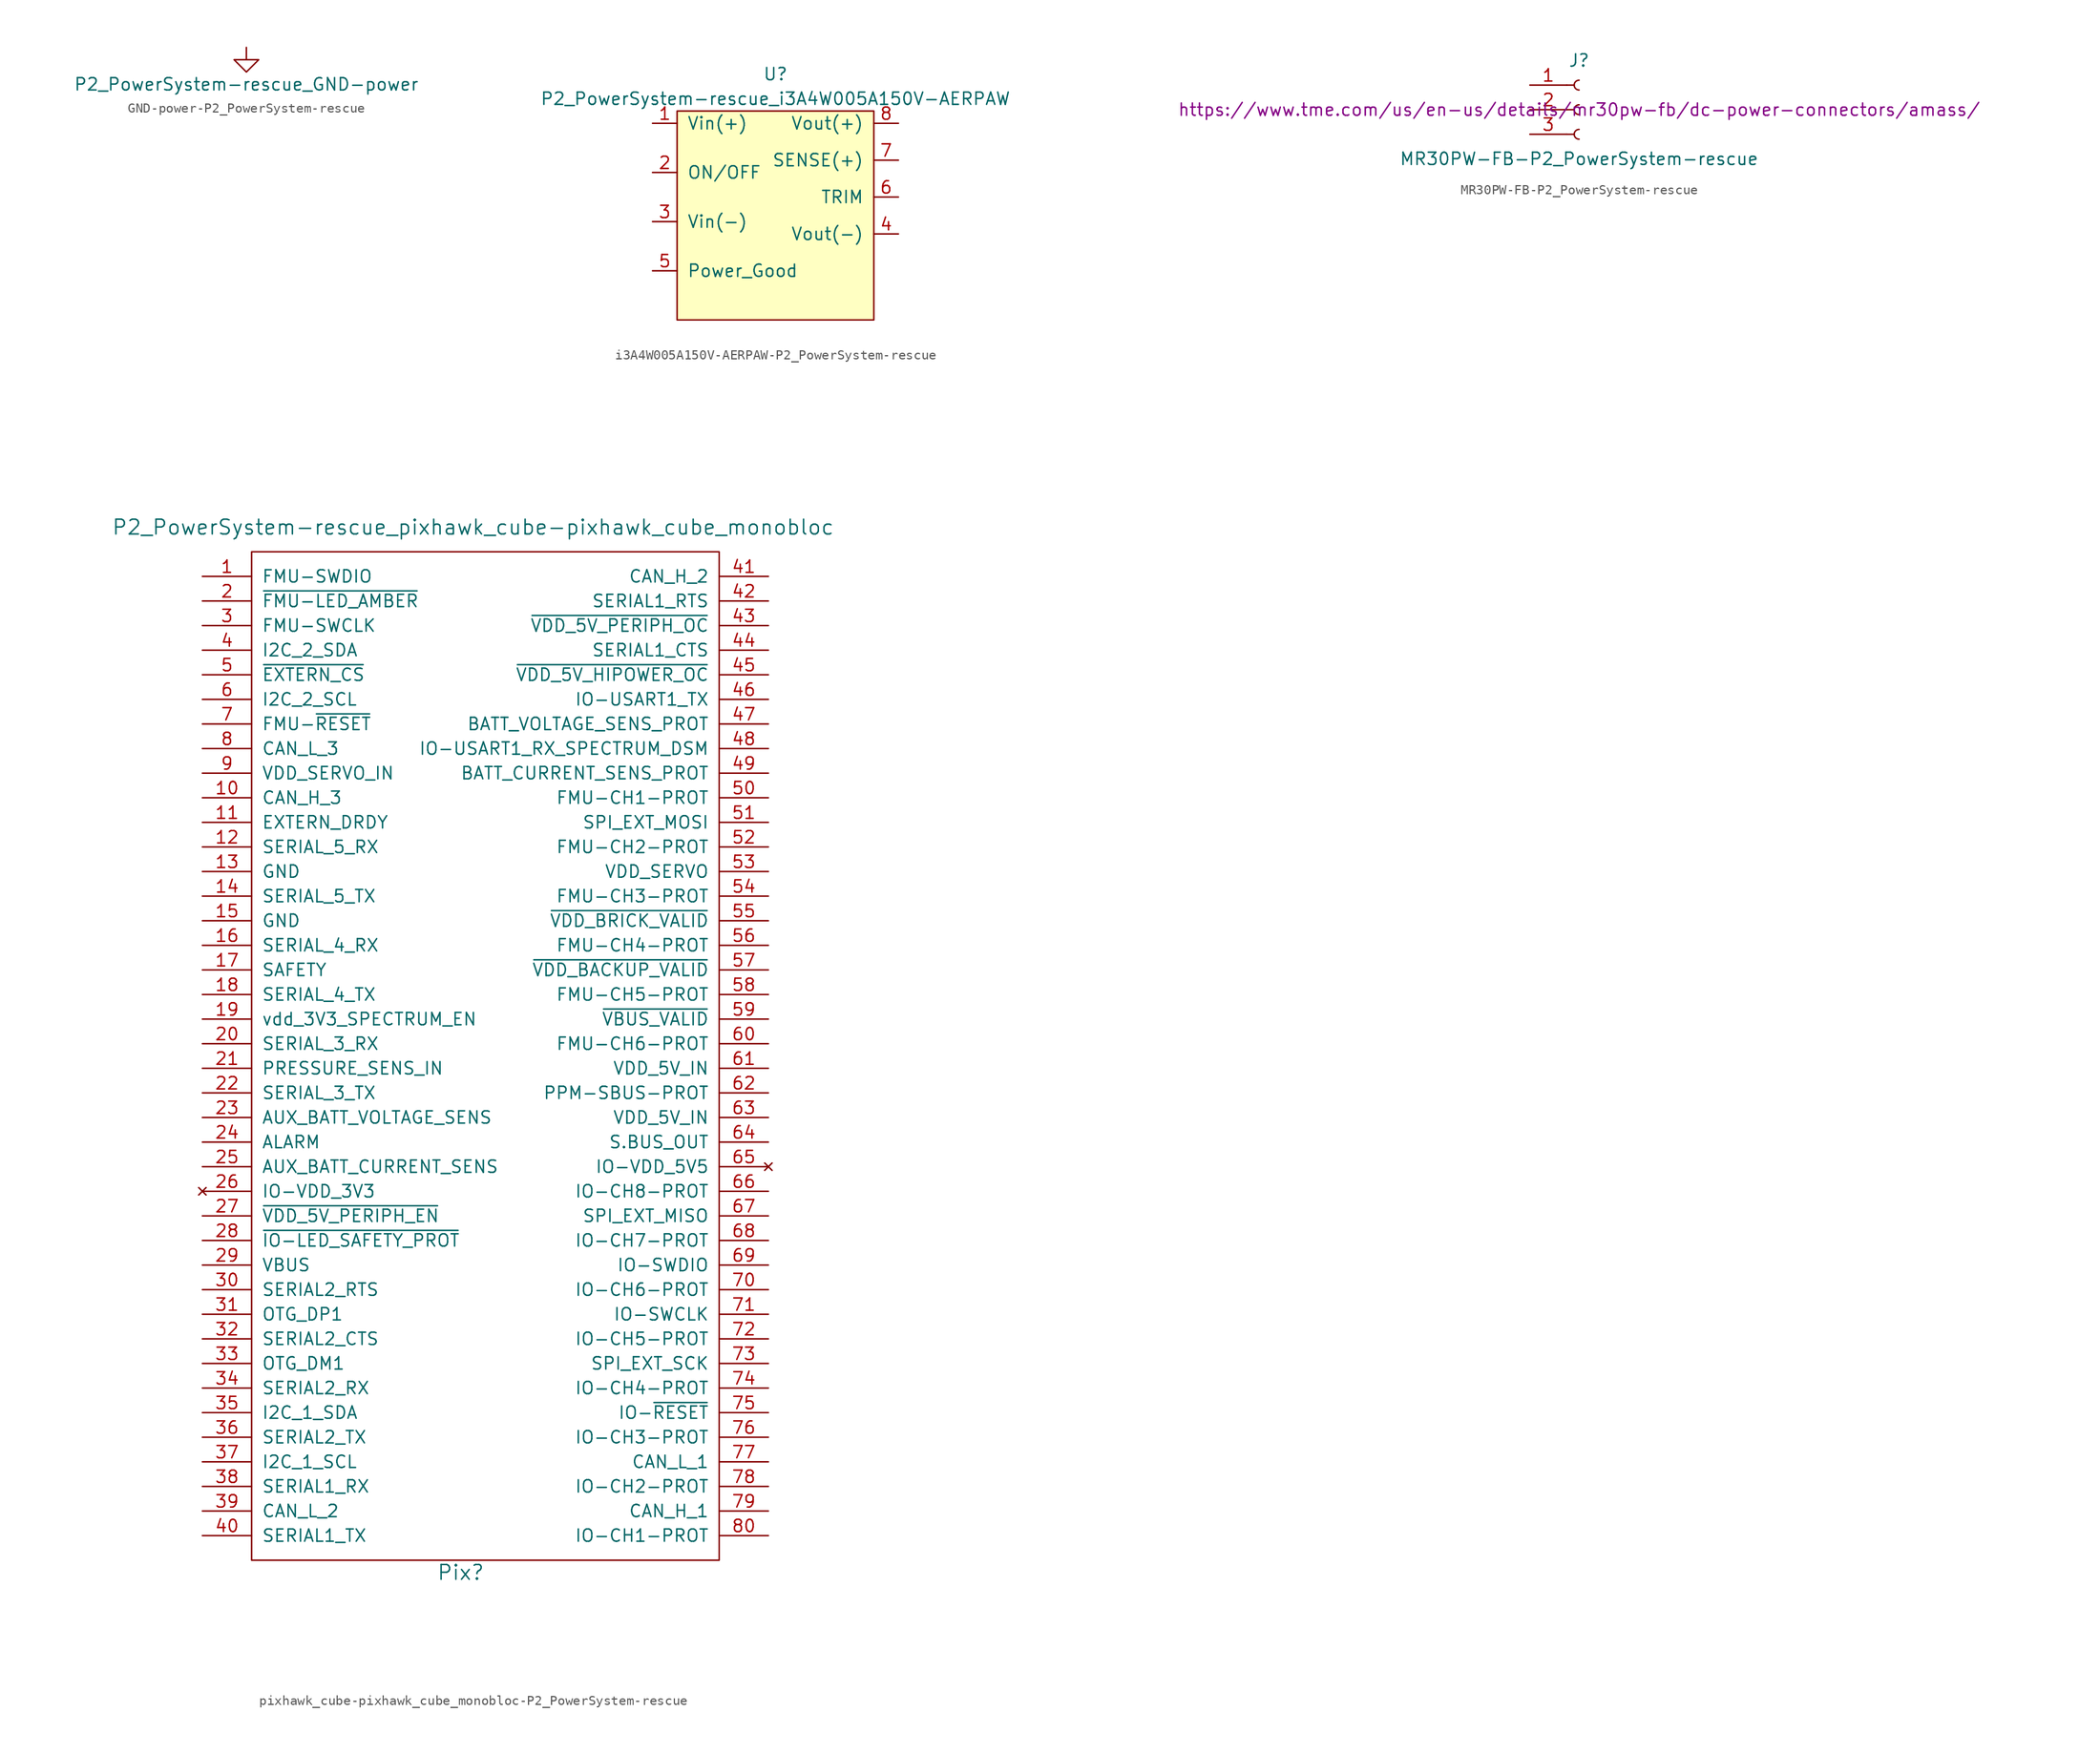
<source format=kicad_sym>
(kicad_symbol_lib
  (version 20231120)
  (generator "kicad_symbol_editor")
  (generator_version "8.0")
  (symbol "GND-power-P2_PowerSystem-rescue"
    (power)
    (pin_names
      (offset 0))
    (property "Reference" "#PWR"
      (at 0 -6.35 0)
      (effects (font (size 1.27 1.27)) (hide yes)))
    (property "Value" "P2_PowerSystem-rescue_GND-power"
      (at 0 -3.81 0)
      (effects (font (size 1.27 1.27))))
    (symbol "GND-power-P2_PowerSystem-rescue_0_1"
      (polyline (pts (xy 0 0) (xy 0 -1.27) (xy 1.27 -1.27) (xy 0 -2.54) (xy -1.27 -1.27) (xy 0 -1.27)) (stroke (width 0) (type solid)) (fill (type none))))
    (symbol "GND-power-P2_PowerSystem-rescue_1_1"
      (pin power_in line (at 0 0 270) (length 0) hide (name "GND" (effects (font (size 1.27 1.27)))) (number "1" (effects (font (size 1.27 1.27)))))))
  (symbol "i3A4W005A150V-AERPAW-P2_PowerSystem-rescue"
    (pin_names
      (offset 1.016))
    (property "Reference" "U"
      (at 0 13.97 0)
      (effects (font (size 1.27 1.27))))
    (property "Value" "P2_PowerSystem-rescue_i3A4W005A150V-AERPAW"
      (at 0 11.43 0)
      (effects (font (size 1.27 1.27))))
    (symbol "i3A4W005A150V-AERPAW-P2_PowerSystem-rescue_0_1"
      (rectangle (start 10.16 -11.43) (end -10.16 10.16) (stroke (width 0) (type solid)) (fill (type background))))
    (symbol "i3A4W005A150V-AERPAW-P2_PowerSystem-rescue_1_1"
      (pin input line (at -12.7 8.89 0) (length 2.54) (name "Vin(+)" (effects (font (size 1.27 1.27)))) (number "1" (effects (font (size 1.27 1.27)))))
      (pin input line (at -12.7 3.81 0) (length 2.54) (name "ON/OFF" (effects (font (size 1.27 1.27)))) (number "2" (effects (font (size 1.27 1.27)))))
      (pin input line (at -12.7 -1.27 0) (length 2.54) (name "Vin(-)" (effects (font (size 1.27 1.27)))) (number "3" (effects (font (size 1.27 1.27)))))
      (pin output line (at 12.7 -2.54 180) (length 2.54) (name "Vout(-)" (effects (font (size 1.27 1.27)))) (number "4" (effects (font (size 1.27 1.27)))))
      (pin output line (at -12.7 -6.35 0) (length 2.54) (name "Power_Good" (effects (font (size 1.27 1.27)))) (number "5" (effects (font (size 1.27 1.27)))))
      (pin input line (at 12.7 1.27 180) (length 2.54) (name "TRIM" (effects (font (size 1.27 1.27)))) (number "6" (effects (font (size 1.27 1.27)))))
      (pin input line (at 12.7 5.08 180) (length 2.54) (name "SENSE(+)" (effects (font (size 1.27 1.27)))) (number "7" (effects (font (size 1.27 1.27)))))
      (pin output line (at 12.7 8.89 180) (length 2.54) (name "Vout(+)" (effects (font (size 1.27 1.27)))) (number "8" (effects (font (size 1.27 1.27)))))))
  (symbol "MR30PW-FB-P2_PowerSystem-rescue"
    (pin_names
      (offset 1.016) hide)
    (property "Reference" "J"
      (at 0 5.08 0)
      (effects (font (size 1.27 1.27))))
    (property "Value" "MR30PW-FB-P2_PowerSystem-rescue"
      (at 0 -5.08 0)
      (effects (font (size 1.27 1.27))))
    (property "Description" "https://www.tme.com/us/en-us/details/mr30pw-fb/dc-power-connectors/amass/"
      (at 0 0 0)
      (effects (font (size 1.27 1.27))))
    (symbol "MR30PW-FB-P2_PowerSystem-rescue_1_1"
      (arc (start 0 -2.032) (mid -0.508 -2.54) (end 0 -3.048) (stroke (width 0.1524) (type solid)) (fill (type none)))
      (polyline (pts (xy -1.27 -2.54) (xy -0.508 -2.54)) (stroke (width 0.152) (type solid)) (fill (type none)))
      (polyline (pts (xy -1.27 0) (xy -0.508 0)) (stroke (width 0.152) (type solid)) (fill (type none)))
      (polyline (pts (xy -1.27 2.54) (xy -0.508 2.54)) (stroke (width 0.152) (type solid)) (fill (type none)))
      (arc (start 0 0.508) (mid -0.508 0) (end 0 -0.508) (stroke (width 0.1524) (type solid)) (fill (type none)))
      (arc (start 0 3.048) (mid -0.508 2.54) (end 0 2.032) (stroke (width 0.1524) (type solid)) (fill (type none)))
      (pin passive line (at -5.08 2.54 0) (length 3.81) (name "Pin_1" (effects (font (size 1.27 1.27)))) (number "1" (effects (font (size 1.27 1.27)))))
      (pin passive line (at -5.08 0 0) (length 3.81) (name "Pin_2" (effects (font (size 1.27 1.27)))) (number "2" (effects (font (size 1.27 1.27)))))
      (pin passive line (at -5.08 -2.54 0) (length 3.81) (name "Pin_3" (effects (font (size 1.27 1.27)))) (number "3" (effects (font (size 1.27 1.27)))))))
  (symbol "pixhawk_cube-pixhawk_cube_monobloc-P2_PowerSystem-rescue"
    (pin_names
      (offset 1.016))
    (property "Reference" "Pix"
      (at -1.27 -54.61 0)
      (effects (font (size 1.524 1.524))))
    (property "Value" "P2_PowerSystem-rescue_pixhawk_cube-pixhawk_cube_monobloc"
      (at 0 53.34 0)
      (effects (font (size 1.524 1.524))))
    (symbol "pixhawk_cube-pixhawk_cube_monobloc-P2_PowerSystem-rescue_0_1"
      (rectangle (start -22.86 50.8) (end 25.4 -53.34) (stroke (width 0) (type solid)) (fill (type none))))
    (symbol "pixhawk_cube-pixhawk_cube_monobloc-P2_PowerSystem-rescue_1_1"
      (pin bidirectional line (at -27.94 48.26 0) (length 5.08) (name "FMU-SWDIO" (effects (font (size 1.27 1.27)))) (number "1" (effects (font (size 1.27 1.27)))))
      (pin output line (at -27.94 25.4 0) (length 5.08) (name "CAN_H_3" (effects (font (size 1.27 1.27)))) (number "10" (effects (font (size 1.27 1.27)))))
      (pin input line (at -27.94 22.86 0) (length 5.08) (name "EXTERN_DRDY" (effects (font (size 1.27 1.27)))) (number "11" (effects (font (size 1.27 1.27)))))
      (pin input line (at -27.94 20.32 0) (length 5.08) (name "SERIAL_5_RX" (effects (font (size 1.27 1.27)))) (number "12" (effects (font (size 1.27 1.27)))))
      (pin input line (at -27.94 17.78 0) (length 5.08) (name "GND" (effects (font (size 1.27 1.27)))) (number "13" (effects (font (size 1.27 1.27)))))
      (pin output line (at -27.94 15.24 0) (length 5.08) (name "SERIAL_5_TX" (effects (font (size 1.27 1.27)))) (number "14" (effects (font (size 1.27 1.27)))))
      (pin input line (at -27.94 12.7 0) (length 5.08) (name "GND" (effects (font (size 1.27 1.27)))) (number "15" (effects (font (size 1.27 1.27)))))
      (pin input line (at -27.94 10.16 0) (length 5.08) (name "SERIAL_4_RX" (effects (font (size 1.27 1.27)))) (number "16" (effects (font (size 1.27 1.27)))))
      (pin input line (at -27.94 7.62 0) (length 5.08) (name "SAFETY" (effects (font (size 1.27 1.27)))) (number "17" (effects (font (size 1.27 1.27)))))
      (pin output line (at -27.94 5.08 0) (length 5.08) (name "SERIAL_4_TX" (effects (font (size 1.27 1.27)))) (number "18" (effects (font (size 1.27 1.27)))))
      (pin output line (at -27.94 2.54 0) (length 5.08) (name "vdd_3V3_SPECTRUM_EN" (effects (font (size 1.27 1.27)))) (number "19" (effects (font (size 1.27 1.27)))))
      (pin output line (at -27.94 45.72 0) (length 5.08) (name "~{FMU-LED_AMBER}" (effects (font (size 1.27 1.27)))) (number "2" (effects (font (size 1.27 1.27)))))
      (pin input line (at -27.94 0 0) (length 5.08) (name "SERIAL_3_RX" (effects (font (size 1.27 1.27)))) (number "20" (effects (font (size 1.27 1.27)))))
      (pin input line (at -27.94 -2.54 0) (length 5.08) (name "PRESSURE_SENS_IN" (effects (font (size 1.27 1.27)))) (number "21" (effects (font (size 1.27 1.27)))))
      (pin output line (at -27.94 -5.08 0) (length 5.08) (name "SERIAL_3_TX" (effects (font (size 1.27 1.27)))) (number "22" (effects (font (size 1.27 1.27)))))
      (pin input line (at -27.94 -7.62 0) (length 5.08) (name "AUX_BATT_VOLTAGE_SENS" (effects (font (size 1.27 1.27)))) (number "23" (effects (font (size 1.27 1.27)))))
      (pin output line (at -27.94 -10.16 0) (length 5.08) (name "ALARM" (effects (font (size 1.27 1.27)))) (number "24" (effects (font (size 1.27 1.27)))))
      (pin input line (at -27.94 -12.7 0) (length 5.08) (name "AUX_BATT_CURRENT_SENS" (effects (font (size 1.27 1.27)))) (number "25" (effects (font (size 1.27 1.27)))))
      (pin no_connect line (at -27.94 -15.24 0) (length 5.08) (name "IO-VDD_3V3" (effects (font (size 1.27 1.27)))) (number "26" (effects (font (size 1.27 1.27)))))
      (pin output line (at -27.94 -17.78 0) (length 5.08) (name "~{VDD_5V_PERIPH_EN}" (effects (font (size 1.27 1.27)))) (number "27" (effects (font (size 1.27 1.27)))))
      (pin output line (at -27.94 -20.32 0) (length 5.08) (name "~{IO-LED_SAFETY_PROT}" (effects (font (size 1.27 1.27)))) (number "28" (effects (font (size 1.27 1.27)))))
      (pin input line (at -27.94 -22.86 0) (length 5.08) (name "VBUS" (effects (font (size 1.27 1.27)))) (number "29" (effects (font (size 1.27 1.27)))))
      (pin output line (at -27.94 43.18 0) (length 5.08) (name "FMU-SWCLK" (effects (font (size 1.27 1.27)))) (number "3" (effects (font (size 1.27 1.27)))))
      (pin output line (at -27.94 -25.4 0) (length 5.08) (name "SERIAL2_RTS" (effects (font (size 1.27 1.27)))) (number "30" (effects (font (size 1.27 1.27)))))
      (pin bidirectional line (at -27.94 -27.94 0) (length 5.08) (name "OTG_DP1" (effects (font (size 1.27 1.27)))) (number "31" (effects (font (size 1.27 1.27)))))
      (pin input line (at -27.94 -30.48 0) (length 5.08) (name "SERIAL2_CTS" (effects (font (size 1.27 1.27)))) (number "32" (effects (font (size 1.27 1.27)))))
      (pin bidirectional line (at -27.94 -33.02 0) (length 5.08) (name "OTG_DM1" (effects (font (size 1.27 1.27)))) (number "33" (effects (font (size 1.27 1.27)))))
      (pin input line (at -27.94 -35.56 0) (length 5.08) (name "SERIAL2_RX" (effects (font (size 1.27 1.27)))) (number "34" (effects (font (size 1.27 1.27)))))
      (pin bidirectional line (at -27.94 -38.1 0) (length 5.08) (name "I2C_1_SDA" (effects (font (size 1.27 1.27)))) (number "35" (effects (font (size 1.27 1.27)))))
      (pin output line (at -27.94 -40.64 0) (length 5.08) (name "SERIAL2_TX" (effects (font (size 1.27 1.27)))) (number "36" (effects (font (size 1.27 1.27)))))
      (pin output line (at -27.94 -43.18 0) (length 5.08) (name "I2C_1_SCL" (effects (font (size 1.27 1.27)))) (number "37" (effects (font (size 1.27 1.27)))))
      (pin input line (at -27.94 -45.72 0) (length 5.08) (name "SERIAL1_RX" (effects (font (size 1.27 1.27)))) (number "38" (effects (font (size 1.27 1.27)))))
      (pin bidirectional line (at -27.94 -48.26 0) (length 5.08) (name "CAN_L_2" (effects (font (size 1.27 1.27)))) (number "39" (effects (font (size 1.27 1.27)))))
      (pin bidirectional line (at -27.94 40.64 0) (length 5.08) (name "I2C_2_SDA" (effects (font (size 1.27 1.27)))) (number "4" (effects (font (size 1.27 1.27)))))
      (pin output line (at -27.94 -50.8 0) (length 5.08) (name "SERIAL1_TX" (effects (font (size 1.27 1.27)))) (number "40" (effects (font (size 1.27 1.27)))))
      (pin bidirectional line (at 30.48 48.26 180) (length 5.08) (name "CAN_H_2" (effects (font (size 1.27 1.27)))) (number "41" (effects (font (size 1.27 1.27)))))
      (pin output line (at 30.48 45.72 180) (length 5.08) (name "SERIAL1_RTS" (effects (font (size 1.27 1.27)))) (number "42" (effects (font (size 1.27 1.27)))))
      (pin input line (at 30.48 43.18 180) (length 5.08) (name "~{VDD_5V_PERIPH_OC}" (effects (font (size 1.27 1.27)))) (number "43" (effects (font (size 1.27 1.27)))))
      (pin output line (at 30.48 40.64 180) (length 5.08) (name "SERIAL1_CTS" (effects (font (size 1.27 1.27)))) (number "44" (effects (font (size 1.27 1.27)))))
      (pin input line (at 30.48 38.1 180) (length 5.08) (name "~{VDD_5V_HIPOWER_OC}" (effects (font (size 1.27 1.27)))) (number "45" (effects (font (size 1.27 1.27)))))
      (pin output line (at 30.48 35.56 180) (length 5.08) (name "IO-USART1_TX" (effects (font (size 1.27 1.27)))) (number "46" (effects (font (size 1.27 1.27)))))
      (pin input line (at 30.48 33.02 180) (length 5.08) (name "BATT_VOLTAGE_SENS_PROT" (effects (font (size 1.27 1.27)))) (number "47" (effects (font (size 1.27 1.27)))))
      (pin input line (at 30.48 30.48 180) (length 5.08) (name "IO-USART1_RX_SPECTRUM_DSM" (effects (font (size 1.27 1.27)))) (number "48" (effects (font (size 1.27 1.27)))))
      (pin input line (at 30.48 27.94 180) (length 5.08) (name "BATT_CURRENT_SENS_PROT" (effects (font (size 1.27 1.27)))) (number "49" (effects (font (size 1.27 1.27)))))
      (pin output line (at -27.94 38.1 0) (length 5.08) (name "~{EXTERN_CS}" (effects (font (size 1.27 1.27)))) (number "5" (effects (font (size 1.27 1.27)))))
      (pin output line (at 30.48 25.4 180) (length 5.08) (name "FMU-CH1-PROT" (effects (font (size 1.27 1.27)))) (number "50" (effects (font (size 1.27 1.27)))))
      (pin output line (at 30.48 22.86 180) (length 5.08) (name "SPI_EXT_MOSI" (effects (font (size 1.27 1.27)))) (number "51" (effects (font (size 1.27 1.27)))))
      (pin output line (at 30.48 20.32 180) (length 5.08) (name "FMU-CH2-PROT" (effects (font (size 1.27 1.27)))) (number "52" (effects (font (size 1.27 1.27)))))
      (pin input line (at 30.48 17.78 180) (length 5.08) (name "VDD_SERVO" (effects (font (size 1.27 1.27)))) (number "53" (effects (font (size 1.27 1.27)))))
      (pin output line (at 30.48 15.24 180) (length 5.08) (name "FMU-CH3-PROT" (effects (font (size 1.27 1.27)))) (number "54" (effects (font (size 1.27 1.27)))))
      (pin input line (at 30.48 12.7 180) (length 5.08) (name "~{VDD_BRICK_VALID}" (effects (font (size 1.27 1.27)))) (number "55" (effects (font (size 1.27 1.27)))))
      (pin output line (at 30.48 10.16 180) (length 5.08) (name "FMU-CH4-PROT" (effects (font (size 1.27 1.27)))) (number "56" (effects (font (size 1.27 1.27)))))
      (pin input line (at 30.48 7.62 180) (length 5.08) (name "~{VDD_BACKUP_VALID}" (effects (font (size 1.27 1.27)))) (number "57" (effects (font (size 1.27 1.27)))))
      (pin output line (at 30.48 5.08 180) (length 5.08) (name "FMU-CH5-PROT" (effects (font (size 1.27 1.27)))) (number "58" (effects (font (size 1.27 1.27)))))
      (pin input line (at 30.48 2.54 180) (length 5.08) (name "~{VBUS_VALID}" (effects (font (size 1.27 1.27)))) (number "59" (effects (font (size 1.27 1.27)))))
      (pin output line (at -27.94 35.56 0) (length 5.08) (name "I2C_2_SCL" (effects (font (size 1.27 1.27)))) (number "6" (effects (font (size 1.27 1.27)))))
      (pin output line (at 30.48 0 180) (length 5.08) (name "FMU-CH6-PROT" (effects (font (size 1.27 1.27)))) (number "60" (effects (font (size 1.27 1.27)))))
      (pin input line (at 30.48 -2.54 180) (length 5.08) (name "VDD_5V_IN" (effects (font (size 1.27 1.27)))) (number "61" (effects (font (size 1.27 1.27)))))
      (pin input line (at 30.48 -5.08 180) (length 5.08) (name "PPM-SBUS-PROT" (effects (font (size 1.27 1.27)))) (number "62" (effects (font (size 1.27 1.27)))))
      (pin input line (at 30.48 -7.62 180) (length 5.08) (name "VDD_5V_IN" (effects (font (size 1.27 1.27)))) (number "63" (effects (font (size 1.27 1.27)))))
      (pin output line (at 30.48 -10.16 180) (length 5.08) (name "S.BUS_OUT" (effects (font (size 1.27 1.27)))) (number "64" (effects (font (size 1.27 1.27)))))
      (pin no_connect line (at 30.48 -12.7 180) (length 5.08) (name "IO-VDD_5V5" (effects (font (size 1.27 1.27)))) (number "65" (effects (font (size 1.27 1.27)))))
      (pin output line (at 30.48 -15.24 180) (length 5.08) (name "IO-CH8-PROT" (effects (font (size 1.27 1.27)))) (number "66" (effects (font (size 1.27 1.27)))))
      (pin input line (at 30.48 -17.78 180) (length 5.08) (name "SPI_EXT_MISO" (effects (font (size 1.27 1.27)))) (number "67" (effects (font (size 1.27 1.27)))))
      (pin output line (at 30.48 -20.32 180) (length 5.08) (name "IO-CH7-PROT" (effects (font (size 1.27 1.27)))) (number "68" (effects (font (size 1.27 1.27)))))
      (pin bidirectional line (at 30.48 -22.86 180) (length 5.08) (name "IO-SWDIO" (effects (font (size 1.27 1.27)))) (number "69" (effects (font (size 1.27 1.27)))))
      (pin input line (at -27.94 33.02 0) (length 5.08) (name "FMU-~{RESET}" (effects (font (size 1.27 1.27)))) (number "7" (effects (font (size 1.27 1.27)))))
      (pin output line (at 30.48 -25.4 180) (length 5.08) (name "IO-CH6-PROT" (effects (font (size 1.27 1.27)))) (number "70" (effects (font (size 1.27 1.27)))))
      (pin output line (at 30.48 -27.94 180) (length 5.08) (name "IO-SWCLK" (effects (font (size 1.27 1.27)))) (number "71" (effects (font (size 1.27 1.27)))))
      (pin output line (at 30.48 -30.48 180) (length 5.08) (name "IO-CH5-PROT" (effects (font (size 1.27 1.27)))) (number "72" (effects (font (size 1.27 1.27)))))
      (pin output line (at 30.48 -33.02 180) (length 5.08) (name "SPI_EXT_SCK" (effects (font (size 1.27 1.27)))) (number "73" (effects (font (size 1.27 1.27)))))
      (pin output line (at 30.48 -35.56 180) (length 5.08) (name "IO-CH4-PROT" (effects (font (size 1.27 1.27)))) (number "74" (effects (font (size 1.27 1.27)))))
      (pin input line (at 30.48 -38.1 180) (length 5.08) (name "IO-~{RESET}" (effects (font (size 1.27 1.27)))) (number "75" (effects (font (size 1.27 1.27)))))
      (pin output line (at 30.48 -40.64 180) (length 5.08) (name "IO-CH3-PROT" (effects (font (size 1.27 1.27)))) (number "76" (effects (font (size 1.27 1.27)))))
      (pin bidirectional line (at 30.48 -43.18 180) (length 5.08) (name "CAN_L_1" (effects (font (size 1.27 1.27)))) (number "77" (effects (font (size 1.27 1.27)))))
      (pin output line (at 30.48 -45.72 180) (length 5.08) (name "IO-CH2-PROT" (effects (font (size 1.27 1.27)))) (number "78" (effects (font (size 1.27 1.27)))))
      (pin bidirectional line (at 30.48 -48.26 180) (length 5.08) (name "CAN_H_1" (effects (font (size 1.27 1.27)))) (number "79" (effects (font (size 1.27 1.27)))))
      (pin output line (at -27.94 30.48 0) (length 5.08) (name "CAN_L_3" (effects (font (size 1.27 1.27)))) (number "8" (effects (font (size 1.27 1.27)))))
      (pin output line (at 30.48 -50.8 180) (length 5.08) (name "IO-CH1-PROT" (effects (font (size 1.27 1.27)))) (number "80" (effects (font (size 1.27 1.27)))))
      (pin input line (at -27.94 27.94 0) (length 5.08) (name "VDD_SERVO_IN" (effects (font (size 1.27 1.27)))) (number "9" (effects (font (size 1.27 1.27))))))))
</source>
